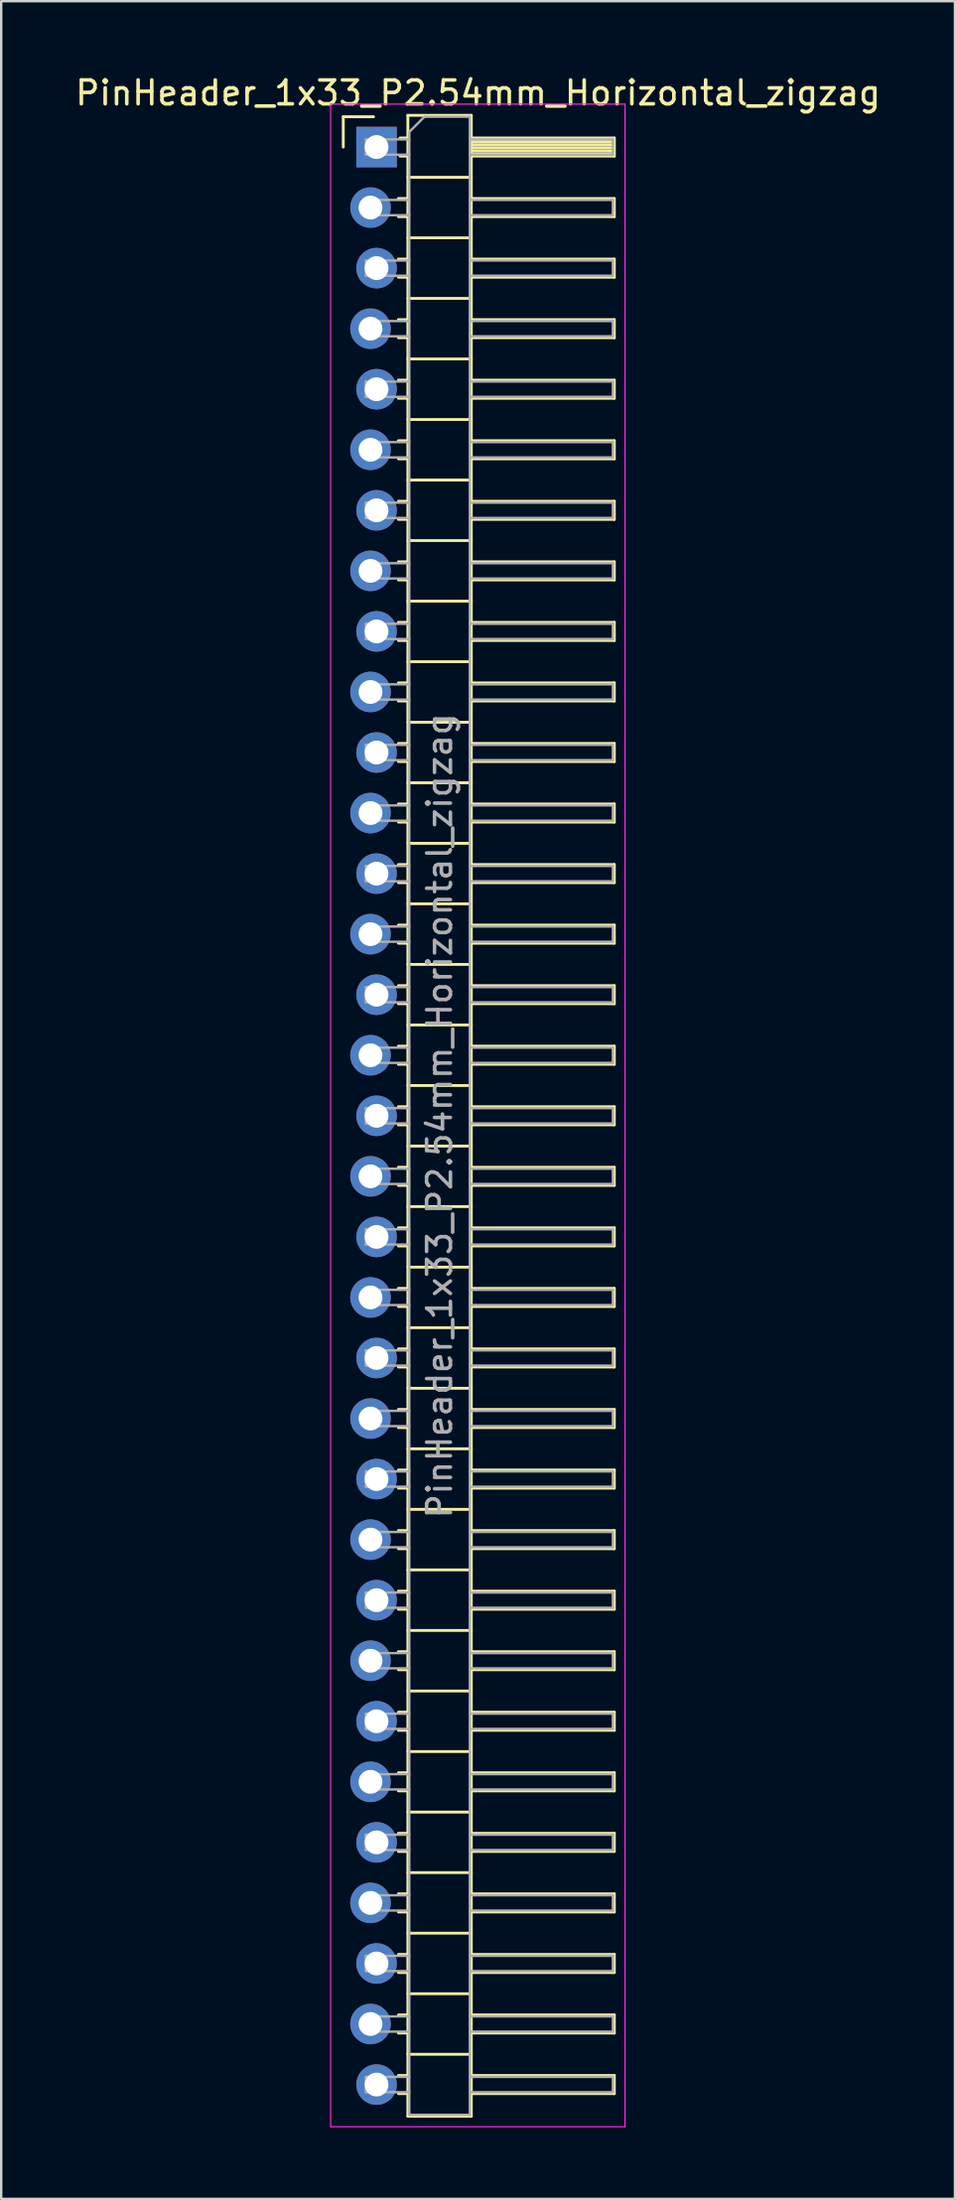
<source format=kicad_pcb>
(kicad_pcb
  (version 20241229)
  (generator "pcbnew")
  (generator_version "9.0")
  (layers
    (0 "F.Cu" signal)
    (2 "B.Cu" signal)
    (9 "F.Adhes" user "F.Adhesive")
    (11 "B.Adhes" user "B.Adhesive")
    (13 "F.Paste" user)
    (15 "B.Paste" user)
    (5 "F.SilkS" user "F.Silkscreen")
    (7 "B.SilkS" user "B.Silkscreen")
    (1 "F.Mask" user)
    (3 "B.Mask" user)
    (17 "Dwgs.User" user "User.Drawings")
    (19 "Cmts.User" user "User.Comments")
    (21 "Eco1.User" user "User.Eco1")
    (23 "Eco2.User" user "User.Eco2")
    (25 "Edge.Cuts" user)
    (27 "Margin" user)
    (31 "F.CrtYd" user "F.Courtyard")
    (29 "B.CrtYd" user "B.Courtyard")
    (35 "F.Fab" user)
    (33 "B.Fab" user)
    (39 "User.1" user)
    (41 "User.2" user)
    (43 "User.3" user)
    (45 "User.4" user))
  (footprint "PinHeader_1x33_P2.54mm_Horizontal_zigzag"
    (layer "F.Cu")
    (at 12.621 3.118)
    (property "Reference" "PinHeader_1x33_P2.54mm_Horizontal_zigzag" (at 4.385 -2.27 0) (layer "F.SilkS") (effects (font (size 1 1) (thickness 0.15))))
    (attr through_hole)
    (fp_line (start -1.27 -1.27) (end 0 -1.27) (stroke (width 0.12) (type solid)) (layer "F.SilkS"))
    (fp_line (start -1.27 0) (end -1.27 -1.27) (stroke (width 0.12) (type solid)) (layer "F.SilkS"))
    (fp_line (start 1.043 2.16) (end 1.44 2.16) (stroke (width 0.12) (type solid)) (layer "F.SilkS"))
    (fp_line (start 1.043 2.92) (end 1.44 2.92) (stroke (width 0.12) (type solid)) (layer "F.SilkS"))
    (fp_line (start 1.043 4.7) (end 1.44 4.7) (stroke (width 0.12) (type solid)) (layer "F.SilkS"))
    (fp_line (start 1.043 5.46) (end 1.44 5.46) (stroke (width 0.12) (type solid)) (layer "F.SilkS"))
    (fp_line (start 1.043 7.24) (end 1.44 7.24) (stroke (width 0.12) (type solid)) (layer "F.SilkS"))
    (fp_line (start 1.043 8) (end 1.44 8) (stroke (width 0.12) (type solid)) (layer "F.SilkS"))
    (fp_line (start 1.043 9.78) (end 1.44 9.78) (stroke (width 0.12) (type solid)) (layer "F.SilkS"))
    (fp_line (start 1.043 10.54) (end 1.44 10.54) (stroke (width 0.12) (type solid)) (layer "F.SilkS"))
    (fp_line (start 1.043 12.32) (end 1.44 12.32) (stroke (width 0.12) (type solid)) (layer "F.SilkS"))
    (fp_line (start 1.043 13.08) (end 1.44 13.08) (stroke (width 0.12) (type solid)) (layer "F.SilkS"))
    (fp_line (start 1.043 14.86) (end 1.44 14.86) (stroke (width 0.12) (type solid)) (layer "F.SilkS"))
    (fp_line (start 1.043 15.62) (end 1.44 15.62) (stroke (width 0.12) (type solid)) (layer "F.SilkS"))
    (fp_line (start 1.043 17.4) (end 1.44 17.4) (stroke (width 0.12) (type solid)) (layer "F.SilkS"))
    (fp_line (start 1.043 18.16) (end 1.44 18.16) (stroke (width 0.12) (type solid)) (layer "F.SilkS"))
    (fp_line (start 1.043 19.94) (end 1.44 19.94) (stroke (width 0.12) (type solid)) (layer "F.SilkS"))
    (fp_line (start 1.043 20.7) (end 1.44 20.7) (stroke (width 0.12) (type solid)) (layer "F.SilkS"))
    (fp_line (start 1.043 22.48) (end 1.44 22.48) (stroke (width 0.12) (type solid)) (layer "F.SilkS"))
    (fp_line (start 1.043 23.24) (end 1.44 23.24) (stroke (width 0.12) (type solid)) (layer "F.SilkS"))
    (fp_line (start 1.043 25.02) (end 1.44 25.02) (stroke (width 0.12) (type solid)) (layer "F.SilkS"))
    (fp_line (start 1.043 25.78) (end 1.44 25.78) (stroke (width 0.12) (type solid)) (layer "F.SilkS"))
    (fp_line (start 1.043 27.56) (end 1.44 27.56) (stroke (width 0.12) (type solid)) (layer "F.SilkS"))
    (fp_line (start 1.043 28.32) (end 1.44 28.32) (stroke (width 0.12) (type solid)) (layer "F.SilkS"))
    (fp_line (start 1.043 30.1) (end 1.44 30.1) (stroke (width 0.12) (type solid)) (layer "F.SilkS"))
    (fp_line (start 1.043 30.86) (end 1.44 30.86) (stroke (width 0.12) (type solid)) (layer "F.SilkS"))
    (fp_line (start 1.043 32.64) (end 1.44 32.64) (stroke (width 0.12) (type solid)) (layer "F.SilkS"))
    (fp_line (start 1.043 33.4) (end 1.44 33.4) (stroke (width 0.12) (type solid)) (layer "F.SilkS"))
    (fp_line (start 1.043 35.18) (end 1.44 35.18) (stroke (width 0.12) (type solid)) (layer "F.SilkS"))
    (fp_line (start 1.043 35.94) (end 1.44 35.94) (stroke (width 0.12) (type solid)) (layer "F.SilkS"))
    (fp_line (start 1.043 37.72) (end 1.44 37.72) (stroke (width 0.12) (type solid)) (layer "F.SilkS"))
    (fp_line (start 1.043 38.48) (end 1.44 38.48) (stroke (width 0.12) (type solid)) (layer "F.SilkS"))
    (fp_line (start 1.043 40.26) (end 1.44 40.26) (stroke (width 0.12) (type solid)) (layer "F.SilkS"))
    (fp_line (start 1.043 41.02) (end 1.44 41.02) (stroke (width 0.12) (type solid)) (layer "F.SilkS"))
    (fp_line (start 1.043 42.8) (end 1.44 42.8) (stroke (width 0.12) (type solid)) (layer "F.SilkS"))
    (fp_line (start 1.043 43.56) (end 1.44 43.56) (stroke (width 0.12) (type solid)) (layer "F.SilkS"))
    (fp_line (start 1.043 45.34) (end 1.44 45.34) (stroke (width 0.12) (type solid)) (layer "F.SilkS"))
    (fp_line (start 1.043 46.1) (end 1.44 46.1) (stroke (width 0.12) (type solid)) (layer "F.SilkS"))
    (fp_line (start 1.043 47.88) (end 1.44 47.88) (stroke (width 0.12) (type solid)) (layer "F.SilkS"))
    (fp_line (start 1.043 48.64) (end 1.44 48.64) (stroke (width 0.12) (type solid)) (layer "F.SilkS"))
    (fp_line (start 1.043 50.42) (end 1.44 50.42) (stroke (width 0.12) (type solid)) (layer "F.SilkS"))
    (fp_line (start 1.043 51.18) (end 1.44 51.18) (stroke (width 0.12) (type solid)) (layer "F.SilkS"))
    (fp_line (start 1.043 52.96) (end 1.44 52.96) (stroke (width 0.12) (type solid)) (layer "F.SilkS"))
    (fp_line (start 1.043 53.72) (end 1.44 53.72) (stroke (width 0.12) (type solid)) (layer "F.SilkS"))
    (fp_line (start 1.043 55.5) (end 1.44 55.5) (stroke (width 0.12) (type solid)) (layer "F.SilkS"))
    (fp_line (start 1.043 56.26) (end 1.44 56.26) (stroke (width 0.12) (type solid)) (layer "F.SilkS"))
    (fp_line (start 1.043 58.04) (end 1.44 58.04) (stroke (width 0.12) (type solid)) (layer "F.SilkS"))
    (fp_line (start 1.043 58.8) (end 1.44 58.8) (stroke (width 0.12) (type solid)) (layer "F.SilkS"))
    (fp_line (start 1.043 60.58) (end 1.44 60.58) (stroke (width 0.12) (type solid)) (layer "F.SilkS"))
    (fp_line (start 1.043 61.34) (end 1.44 61.34) (stroke (width 0.12) (type solid)) (layer "F.SilkS"))
    (fp_line (start 1.043 63.12) (end 1.44 63.12) (stroke (width 0.12) (type solid)) (layer "F.SilkS"))
    (fp_line (start 1.043 63.88) (end 1.44 63.88) (stroke (width 0.12) (type solid)) (layer "F.SilkS"))
    (fp_line (start 1.043 65.66) (end 1.44 65.66) (stroke (width 0.12) (type solid)) (layer "F.SilkS"))
    (fp_line (start 1.043 66.42) (end 1.44 66.42) (stroke (width 0.12) (type solid)) (layer "F.SilkS"))
    (fp_line (start 1.043 68.2) (end 1.44 68.2) (stroke (width 0.12) (type solid)) (layer "F.SilkS"))
    (fp_line (start 1.043 68.96) (end 1.44 68.96) (stroke (width 0.12) (type solid)) (layer "F.SilkS"))
    (fp_line (start 1.043 70.74) (end 1.44 70.74) (stroke (width 0.12) (type solid)) (layer "F.SilkS"))
    (fp_line (start 1.043 71.5) (end 1.44 71.5) (stroke (width 0.12) (type solid)) (layer "F.SilkS"))
    (fp_line (start 1.043 73.28) (end 1.44 73.28) (stroke (width 0.12) (type solid)) (layer "F.SilkS"))
    (fp_line (start 1.043 74.04) (end 1.44 74.04) (stroke (width 0.12) (type solid)) (layer "F.SilkS"))
    (fp_line (start 1.043 75.82) (end 1.44 75.82) (stroke (width 0.12) (type solid)) (layer "F.SilkS"))
    (fp_line (start 1.043 76.58) (end 1.44 76.58) (stroke (width 0.12) (type solid)) (layer "F.SilkS"))
    (fp_line (start 1.043 78.36) (end 1.44 78.36) (stroke (width 0.12) (type solid)) (layer "F.SilkS"))
    (fp_line (start 1.043 79.12) (end 1.44 79.12) (stroke (width 0.12) (type solid)) (layer "F.SilkS"))
    (fp_line (start 1.043 80.9) (end 1.44 80.9) (stroke (width 0.12) (type solid)) (layer "F.SilkS"))
    (fp_line (start 1.043 81.66) (end 1.44 81.66) (stroke (width 0.12) (type solid)) (layer "F.SilkS"))
    (fp_line (start 1.11 -0.38) (end 1.44 -0.38) (stroke (width 0.12) (type solid)) (layer "F.SilkS"))
    (fp_line (start 1.11 0.38) (end 1.44 0.38) (stroke (width 0.12) (type solid)) (layer "F.SilkS"))
    (fp_line (start 1.44 -1.33) (end 1.44 82.61) (stroke (width 0.12) (type solid)) (layer "F.SilkS"))
    (fp_line (start 1.44 1.27) (end 4.1 1.27) (stroke (width 0.12) (type solid)) (layer "F.SilkS"))
    (fp_line (start 1.44 3.81) (end 4.1 3.81) (stroke (width 0.12) (type solid)) (layer "F.SilkS"))
    (fp_line (start 1.44 6.35) (end 4.1 6.35) (stroke (width 0.12) (type solid)) (layer "F.SilkS"))
    (fp_line (start 1.44 8.89) (end 4.1 8.89) (stroke (width 0.12) (type solid)) (layer "F.SilkS"))
    (fp_line (start 1.44 11.43) (end 4.1 11.43) (stroke (width 0.12) (type solid)) (layer "F.SilkS"))
    (fp_line (start 1.44 13.97) (end 4.1 13.97) (stroke (width 0.12) (type solid)) (layer "F.SilkS"))
    (fp_line (start 1.44 16.51) (end 4.1 16.51) (stroke (width 0.12) (type solid)) (layer "F.SilkS"))
    (fp_line (start 1.44 19.05) (end 4.1 19.05) (stroke (width 0.12) (type solid)) (layer "F.SilkS"))
    (fp_line (start 1.44 21.59) (end 4.1 21.59) (stroke (width 0.12) (type solid)) (layer "F.SilkS"))
    (fp_line (start 1.44 24.13) (end 4.1 24.13) (stroke (width 0.12) (type solid)) (layer "F.SilkS"))
    (fp_line (start 1.44 26.67) (end 4.1 26.67) (stroke (width 0.12) (type solid)) (layer "F.SilkS"))
    (fp_line (start 1.44 29.21) (end 4.1 29.21) (stroke (width 0.12) (type solid)) (layer "F.SilkS"))
    (fp_line (start 1.44 31.75) (end 4.1 31.75) (stroke (width 0.12) (type solid)) (layer "F.SilkS"))
    (fp_line (start 1.44 34.29) (end 4.1 34.29) (stroke (width 0.12) (type solid)) (layer "F.SilkS"))
    (fp_line (start 1.44 36.83) (end 4.1 36.83) (stroke (width 0.12) (type solid)) (layer "F.SilkS"))
    (fp_line (start 1.44 39.37) (end 4.1 39.37) (stroke (width 0.12) (type solid)) (layer "F.SilkS"))
    (fp_line (start 1.44 41.91) (end 4.1 41.91) (stroke (width 0.12) (type solid)) (layer "F.SilkS"))
    (fp_line (start 1.44 44.45) (end 4.1 44.45) (stroke (width 0.12) (type solid)) (layer "F.SilkS"))
    (fp_line (start 1.44 46.99) (end 4.1 46.99) (stroke (width 0.12) (type solid)) (layer "F.SilkS"))
    (fp_line (start 1.44 49.53) (end 4.1 49.53) (stroke (width 0.12) (type solid)) (layer "F.SilkS"))
    (fp_line (start 1.44 52.07) (end 4.1 52.07) (stroke (width 0.12) (type solid)) (layer "F.SilkS"))
    (fp_line (start 1.44 54.61) (end 4.1 54.61) (stroke (width 0.12) (type solid)) (layer "F.SilkS"))
    (fp_line (start 1.44 57.15) (end 4.1 57.15) (stroke (width 0.12) (type solid)) (layer "F.SilkS"))
    (fp_line (start 1.44 59.69) (end 4.1 59.69) (stroke (width 0.12) (type solid)) (layer "F.SilkS"))
    (fp_line (start 1.44 62.23) (end 4.1 62.23) (stroke (width 0.12) (type solid)) (layer "F.SilkS"))
    (fp_line (start 1.44 64.77) (end 4.1 64.77) (stroke (width 0.12) (type solid)) (layer "F.SilkS"))
    (fp_line (start 1.44 67.31) (end 4.1 67.31) (stroke (width 0.12) (type solid)) (layer "F.SilkS"))
    (fp_line (start 1.44 69.85) (end 4.1 69.85) (stroke (width 0.12) (type solid)) (layer "F.SilkS"))
    (fp_line (start 1.44 72.39) (end 4.1 72.39) (stroke (width 0.12) (type solid)) (layer "F.SilkS"))
    (fp_line (start 1.44 74.93) (end 4.1 74.93) (stroke (width 0.12) (type solid)) (layer "F.SilkS"))
    (fp_line (start 1.44 77.47) (end 4.1 77.47) (stroke (width 0.12) (type solid)) (layer "F.SilkS"))
    (fp_line (start 1.44 80.01) (end 4.1 80.01) (stroke (width 0.12) (type solid)) (layer "F.SilkS"))
    (fp_line (start 1.44 82.61) (end 4.1 82.61) (stroke (width 0.12) (type solid)) (layer "F.SilkS"))
    (fp_line (start 4.1 -1.33) (end 1.44 -1.33) (stroke (width 0.12) (type solid)) (layer "F.SilkS"))
    (fp_line (start 4.1 -0.38) (end 10.1 -0.38) (stroke (width 0.12) (type solid)) (layer "F.SilkS"))
    (fp_line (start 4.1 -0.32) (end 10.1 -0.32) (stroke (width 0.12) (type solid)) (layer "F.SilkS"))
    (fp_line (start 4.1 -0.2) (end 10.1 -0.2) (stroke (width 0.12) (type solid)) (layer "F.SilkS"))
    (fp_line (start 4.1 -0.08) (end 10.1 -0.08) (stroke (width 0.12) (type solid)) (layer "F.SilkS"))
    (fp_line (start 4.1 0.04) (end 10.1 0.04) (stroke (width 0.12) (type solid)) (layer "F.SilkS"))
    (fp_line (start 4.1 0.16) (end 10.1 0.16) (stroke (width 0.12) (type solid)) (layer "F.SilkS"))
    (fp_line (start 4.1 0.28) (end 10.1 0.28) (stroke (width 0.12) (type solid)) (layer "F.SilkS"))
    (fp_line (start 4.1 2.16) (end 10.1 2.16) (stroke (width 0.12) (type solid)) (layer "F.SilkS"))
    (fp_line (start 4.1 4.7) (end 10.1 4.7) (stroke (width 0.12) (type solid)) (layer "F.SilkS"))
    (fp_line (start 4.1 7.24) (end 10.1 7.24) (stroke (width 0.12) (type solid)) (layer "F.SilkS"))
    (fp_line (start 4.1 9.78) (end 10.1 9.78) (stroke (width 0.12) (type solid)) (layer "F.SilkS"))
    (fp_line (start 4.1 12.32) (end 10.1 12.32) (stroke (width 0.12) (type solid)) (layer "F.SilkS"))
    (fp_line (start 4.1 14.86) (end 10.1 14.86) (stroke (width 0.12) (type solid)) (layer "F.SilkS"))
    (fp_line (start 4.1 17.4) (end 10.1 17.4) (stroke (width 0.12) (type solid)) (layer "F.SilkS"))
    (fp_line (start 4.1 19.94) (end 10.1 19.94) (stroke (width 0.12) (type solid)) (layer "F.SilkS"))
    (fp_line (start 4.1 22.48) (end 10.1 22.48) (stroke (width 0.12) (type solid)) (layer "F.SilkS"))
    (fp_line (start 4.1 25.02) (end 10.1 25.02) (stroke (width 0.12) (type solid)) (layer "F.SilkS"))
    (fp_line (start 4.1 27.56) (end 10.1 27.56) (stroke (width 0.12) (type solid)) (layer "F.SilkS"))
    (fp_line (start 4.1 30.1) (end 10.1 30.1) (stroke (width 0.12) (type solid)) (layer "F.SilkS"))
    (fp_line (start 4.1 32.64) (end 10.1 32.64) (stroke (width 0.12) (type solid)) (layer "F.SilkS"))
    (fp_line (start 4.1 35.18) (end 10.1 35.18) (stroke (width 0.12) (type solid)) (layer "F.SilkS"))
    (fp_line (start 4.1 37.72) (end 10.1 37.72) (stroke (width 0.12) (type solid)) (layer "F.SilkS"))
    (fp_line (start 4.1 40.26) (end 10.1 40.26) (stroke (width 0.12) (type solid)) (layer "F.SilkS"))
    (fp_line (start 4.1 42.8) (end 10.1 42.8) (stroke (width 0.12) (type solid)) (layer "F.SilkS"))
    (fp_line (start 4.1 45.34) (end 10.1 45.34) (stroke (width 0.12) (type solid)) (layer "F.SilkS"))
    (fp_line (start 4.1 47.88) (end 10.1 47.88) (stroke (width 0.12) (type solid)) (layer "F.SilkS"))
    (fp_line (start 4.1 50.42) (end 10.1 50.42) (stroke (width 0.12) (type solid)) (layer "F.SilkS"))
    (fp_line (start 4.1 52.96) (end 10.1 52.96) (stroke (width 0.12) (type solid)) (layer "F.SilkS"))
    (fp_line (start 4.1 55.5) (end 10.1 55.5) (stroke (width 0.12) (type solid)) (layer "F.SilkS"))
    (fp_line (start 4.1 58.04) (end 10.1 58.04) (stroke (width 0.12) (type solid)) (layer "F.SilkS"))
    (fp_line (start 4.1 60.58) (end 10.1 60.58) (stroke (width 0.12) (type solid)) (layer "F.SilkS"))
    (fp_line (start 4.1 63.12) (end 10.1 63.12) (stroke (width 0.12) (type solid)) (layer "F.SilkS"))
    (fp_line (start 4.1 65.66) (end 10.1 65.66) (stroke (width 0.12) (type solid)) (layer "F.SilkS"))
    (fp_line (start 4.1 68.2) (end 10.1 68.2) (stroke (width 0.12) (type solid)) (layer "F.SilkS"))
    (fp_line (start 4.1 70.74) (end 10.1 70.74) (stroke (width 0.12) (type solid)) (layer "F.SilkS"))
    (fp_line (start 4.1 73.28) (end 10.1 73.28) (stroke (width 0.12) (type solid)) (layer "F.SilkS"))
    (fp_line (start 4.1 75.82) (end 10.1 75.82) (stroke (width 0.12) (type solid)) (layer "F.SilkS"))
    (fp_line (start 4.1 78.36) (end 10.1 78.36) (stroke (width 0.12) (type solid)) (layer "F.SilkS"))
    (fp_line (start 4.1 80.9) (end 10.1 80.9) (stroke (width 0.12) (type solid)) (layer "F.SilkS"))
    (fp_line (start 4.1 82.61) (end 4.1 -1.33) (stroke (width 0.12) (type solid)) (layer "F.SilkS"))
    (fp_line (start 10.1 -0.38) (end 10.1 0.38) (stroke (width 0.12) (type solid)) (layer "F.SilkS"))
    (fp_line (start 10.1 0.38) (end 4.1 0.38) (stroke (width 0.12) (type solid)) (layer "F.SilkS"))
    (fp_line (start 10.1 2.16) (end 10.1 2.92) (stroke (width 0.12) (type solid)) (layer "F.SilkS"))
    (fp_line (start 10.1 2.92) (end 4.1 2.92) (stroke (width 0.12) (type solid)) (layer "F.SilkS"))
    (fp_line (start 10.1 4.7) (end 10.1 5.46) (stroke (width 0.12) (type solid)) (layer "F.SilkS"))
    (fp_line (start 10.1 5.46) (end 4.1 5.46) (stroke (width 0.12) (type solid)) (layer "F.SilkS"))
    (fp_line (start 10.1 7.24) (end 10.1 8) (stroke (width 0.12) (type solid)) (layer "F.SilkS"))
    (fp_line (start 10.1 8) (end 4.1 8) (stroke (width 0.12) (type solid)) (layer "F.SilkS"))
    (fp_line (start 10.1 9.78) (end 10.1 10.54) (stroke (width 0.12) (type solid)) (layer "F.SilkS"))
    (fp_line (start 10.1 10.54) (end 4.1 10.54) (stroke (width 0.12) (type solid)) (layer "F.SilkS"))
    (fp_line (start 10.1 12.32) (end 10.1 13.08) (stroke (width 0.12) (type solid)) (layer "F.SilkS"))
    (fp_line (start 10.1 13.08) (end 4.1 13.08) (stroke (width 0.12) (type solid)) (layer "F.SilkS"))
    (fp_line (start 10.1 14.86) (end 10.1 15.62) (stroke (width 0.12) (type solid)) (layer "F.SilkS"))
    (fp_line (start 10.1 15.62) (end 4.1 15.62) (stroke (width 0.12) (type solid)) (layer "F.SilkS"))
    (fp_line (start 10.1 17.4) (end 10.1 18.16) (stroke (width 0.12) (type solid)) (layer "F.SilkS"))
    (fp_line (start 10.1 18.16) (end 4.1 18.16) (stroke (width 0.12) (type solid)) (layer "F.SilkS"))
    (fp_line (start 10.1 19.94) (end 10.1 20.7) (stroke (width 0.12) (type solid)) (layer "F.SilkS"))
    (fp_line (start 10.1 20.7) (end 4.1 20.7) (stroke (width 0.12) (type solid)) (layer "F.SilkS"))
    (fp_line (start 10.1 22.48) (end 10.1 23.24) (stroke (width 0.12) (type solid)) (layer "F.SilkS"))
    (fp_line (start 10.1 23.24) (end 4.1 23.24) (stroke (width 0.12) (type solid)) (layer "F.SilkS"))
    (fp_line (start 10.1 25.02) (end 10.1 25.78) (stroke (width 0.12) (type solid)) (layer "F.SilkS"))
    (fp_line (start 10.1 25.78) (end 4.1 25.78) (stroke (width 0.12) (type solid)) (layer "F.SilkS"))
    (fp_line (start 10.1 27.56) (end 10.1 28.32) (stroke (width 0.12) (type solid)) (layer "F.SilkS"))
    (fp_line (start 10.1 28.32) (end 4.1 28.32) (stroke (width 0.12) (type solid)) (layer "F.SilkS"))
    (fp_line (start 10.1 30.1) (end 10.1 30.86) (stroke (width 0.12) (type solid)) (layer "F.SilkS"))
    (fp_line (start 10.1 30.86) (end 4.1 30.86) (stroke (width 0.12) (type solid)) (layer "F.SilkS"))
    (fp_line (start 10.1 32.64) (end 10.1 33.4) (stroke (width 0.12) (type solid)) (layer "F.SilkS"))
    (fp_line (start 10.1 33.4) (end 4.1 33.4) (stroke (width 0.12) (type solid)) (layer "F.SilkS"))
    (fp_line (start 10.1 35.18) (end 10.1 35.94) (stroke (width 0.12) (type solid)) (layer "F.SilkS"))
    (fp_line (start 10.1 35.94) (end 4.1 35.94) (stroke (width 0.12) (type solid)) (layer "F.SilkS"))
    (fp_line (start 10.1 37.72) (end 10.1 38.48) (stroke (width 0.12) (type solid)) (layer "F.SilkS"))
    (fp_line (start 10.1 38.48) (end 4.1 38.48) (stroke (width 0.12) (type solid)) (layer "F.SilkS"))
    (fp_line (start 10.1 40.26) (end 10.1 41.02) (stroke (width 0.12) (type solid)) (layer "F.SilkS"))
    (fp_line (start 10.1 41.02) (end 4.1 41.02) (stroke (width 0.12) (type solid)) (layer "F.SilkS"))
    (fp_line (start 10.1 42.8) (end 10.1 43.56) (stroke (width 0.12) (type solid)) (layer "F.SilkS"))
    (fp_line (start 10.1 43.56) (end 4.1 43.56) (stroke (width 0.12) (type solid)) (layer "F.SilkS"))
    (fp_line (start 10.1 45.34) (end 10.1 46.1) (stroke (width 0.12) (type solid)) (layer "F.SilkS"))
    (fp_line (start 10.1 46.1) (end 4.1 46.1) (stroke (width 0.12) (type solid)) (layer "F.SilkS"))
    (fp_line (start 10.1 47.88) (end 10.1 48.64) (stroke (width 0.12) (type solid)) (layer "F.SilkS"))
    (fp_line (start 10.1 48.64) (end 4.1 48.64) (stroke (width 0.12) (type solid)) (layer "F.SilkS"))
    (fp_line (start 10.1 50.42) (end 10.1 51.18) (stroke (width 0.12) (type solid)) (layer "F.SilkS"))
    (fp_line (start 10.1 51.18) (end 4.1 51.18) (stroke (width 0.12) (type solid)) (layer "F.SilkS"))
    (fp_line (start 10.1 52.96) (end 10.1 53.72) (stroke (width 0.12) (type solid)) (layer "F.SilkS"))
    (fp_line (start 10.1 53.72) (end 4.1 53.72) (stroke (width 0.12) (type solid)) (layer "F.SilkS"))
    (fp_line (start 10.1 55.5) (end 10.1 56.26) (stroke (width 0.12) (type solid)) (layer "F.SilkS"))
    (fp_line (start 10.1 56.26) (end 4.1 56.26) (stroke (width 0.12) (type solid)) (layer "F.SilkS"))
    (fp_line (start 10.1 58.04) (end 10.1 58.8) (stroke (width 0.12) (type solid)) (layer "F.SilkS"))
    (fp_line (start 10.1 58.8) (end 4.1 58.8) (stroke (width 0.12) (type solid)) (layer "F.SilkS"))
    (fp_line (start 10.1 60.58) (end 10.1 61.34) (stroke (width 0.12) (type solid)) (layer "F.SilkS"))
    (fp_line (start 10.1 61.34) (end 4.1 61.34) (stroke (width 0.12) (type solid)) (layer "F.SilkS"))
    (fp_line (start 10.1 63.12) (end 10.1 63.88) (stroke (width 0.12) (type solid)) (layer "F.SilkS"))
    (fp_line (start 10.1 63.88) (end 4.1 63.88) (stroke (width 0.12) (type solid)) (layer "F.SilkS"))
    (fp_line (start 10.1 65.66) (end 10.1 66.42) (stroke (width 0.12) (type solid)) (layer "F.SilkS"))
    (fp_line (start 10.1 66.42) (end 4.1 66.42) (stroke (width 0.12) (type solid)) (layer "F.SilkS"))
    (fp_line (start 10.1 68.2) (end 10.1 68.96) (stroke (width 0.12) (type solid)) (layer "F.SilkS"))
    (fp_line (start 10.1 68.96) (end 4.1 68.96) (stroke (width 0.12) (type solid)) (layer "F.SilkS"))
    (fp_line (start 10.1 70.74) (end 10.1 71.5) (stroke (width 0.12) (type solid)) (layer "F.SilkS"))
    (fp_line (start 10.1 71.5) (end 4.1 71.5) (stroke (width 0.12) (type solid)) (layer "F.SilkS"))
    (fp_line (start 10.1 73.28) (end 10.1 74.04) (stroke (width 0.12) (type solid)) (layer "F.SilkS"))
    (fp_line (start 10.1 74.04) (end 4.1 74.04) (stroke (width 0.12) (type solid)) (layer "F.SilkS"))
    (fp_line (start 10.1 75.82) (end 10.1 76.58) (stroke (width 0.12) (type solid)) (layer "F.SilkS"))
    (fp_line (start 10.1 76.58) (end 4.1 76.58) (stroke (width 0.12) (type solid)) (layer "F.SilkS"))
    (fp_line (start 10.1 78.36) (end 10.1 79.12) (stroke (width 0.12) (type solid)) (layer "F.SilkS"))
    (fp_line (start 10.1 79.12) (end 4.1 79.12) (stroke (width 0.12) (type solid)) (layer "F.SilkS"))
    (fp_line (start 10.1 80.9) (end 10.1 81.66) (stroke (width 0.12) (type solid)) (layer "F.SilkS"))
    (fp_line (start 10.1 81.66) (end 4.1 81.66) (stroke (width 0.12) (type solid)) (layer "F.SilkS"))
    (fp_line (start -1.8 -1.8) (end -1.8 83.05) (stroke (width 0.05) (type solid)) (layer "F.CrtYd"))
    (fp_line (start -1.8 83.05) (end 10.55 83.05) (stroke (width 0.05) (type solid)) (layer "F.CrtYd"))
    (fp_line (start 10.55 -1.8) (end -1.8 -1.8) (stroke (width 0.05) (type solid)) (layer "F.CrtYd"))
    (fp_line (start 10.55 83.05) (end 10.55 -1.8) (stroke (width 0.05) (type solid)) (layer "F.CrtYd"))
    (fp_line (start -0.32 -0.32) (end -0.32 0.32) (stroke (width 0.1) (type solid)) (layer "F.Fab"))
    (fp_line (start -0.32 -0.32) (end 1.5 -0.32) (stroke (width 0.1) (type solid)) (layer "F.Fab"))
    (fp_line (start -0.32 0.32) (end 1.5 0.32) (stroke (width 0.1) (type solid)) (layer "F.Fab"))
    (fp_line (start -0.32 2.22) (end -0.32 2.86) (stroke (width 0.1) (type solid)) (layer "F.Fab"))
    (fp_line (start -0.32 2.22) (end 1.5 2.22) (stroke (width 0.1) (type solid)) (layer "F.Fab"))
    (fp_line (start -0.32 2.86) (end 1.5 2.86) (stroke (width 0.1) (type solid)) (layer "F.Fab"))
    (fp_line (start -0.32 4.76) (end -0.32 5.4) (stroke (width 0.1) (type solid)) (layer "F.Fab"))
    (fp_line (start -0.32 4.76) (end 1.5 4.76) (stroke (width 0.1) (type solid)) (layer "F.Fab"))
    (fp_line (start -0.32 5.4) (end 1.5 5.4) (stroke (width 0.1) (type solid)) (layer "F.Fab"))
    (fp_line (start -0.32 7.3) (end -0.32 7.94) (stroke (width 0.1) (type solid)) (layer "F.Fab"))
    (fp_line (start -0.32 7.3) (end 1.5 7.3) (stroke (width 0.1) (type solid)) (layer "F.Fab"))
    (fp_line (start -0.32 7.94) (end 1.5 7.94) (stroke (width 0.1) (type solid)) (layer "F.Fab"))
    (fp_line (start -0.32 9.84) (end -0.32 10.48) (stroke (width 0.1) (type solid)) (layer "F.Fab"))
    (fp_line (start -0.32 9.84) (end 1.5 9.84) (stroke (width 0.1) (type solid)) (layer "F.Fab"))
    (fp_line (start -0.32 10.48) (end 1.5 10.48) (stroke (width 0.1) (type solid)) (layer "F.Fab"))
    (fp_line (start -0.32 12.38) (end -0.32 13.02) (stroke (width 0.1) (type solid)) (layer "F.Fab"))
    (fp_line (start -0.32 12.38) (end 1.5 12.38) (stroke (width 0.1) (type solid)) (layer "F.Fab"))
    (fp_line (start -0.32 13.02) (end 1.5 13.02) (stroke (width 0.1) (type solid)) (layer "F.Fab"))
    (fp_line (start -0.32 14.92) (end -0.32 15.56) (stroke (width 0.1) (type solid)) (layer "F.Fab"))
    (fp_line (start -0.32 14.92) (end 1.5 14.92) (stroke (width 0.1) (type solid)) (layer "F.Fab"))
    (fp_line (start -0.32 15.56) (end 1.5 15.56) (stroke (width 0.1) (type solid)) (layer "F.Fab"))
    (fp_line (start -0.32 17.46) (end -0.32 18.1) (stroke (width 0.1) (type solid)) (layer "F.Fab"))
    (fp_line (start -0.32 17.46) (end 1.5 17.46) (stroke (width 0.1) (type solid)) (layer "F.Fab"))
    (fp_line (start -0.32 18.1) (end 1.5 18.1) (stroke (width 0.1) (type solid)) (layer "F.Fab"))
    (fp_line (start -0.32 20) (end -0.32 20.64) (stroke (width 0.1) (type solid)) (layer "F.Fab"))
    (fp_line (start -0.32 20) (end 1.5 20) (stroke (width 0.1) (type solid)) (layer "F.Fab"))
    (fp_line (start -0.32 20.64) (end 1.5 20.64) (stroke (width 0.1) (type solid)) (layer "F.Fab"))
    (fp_line (start -0.32 22.54) (end -0.32 23.18) (stroke (width 0.1) (type solid)) (layer "F.Fab"))
    (fp_line (start -0.32 22.54) (end 1.5 22.54) (stroke (width 0.1) (type solid)) (layer "F.Fab"))
    (fp_line (start -0.32 23.18) (end 1.5 23.18) (stroke (width 0.1) (type solid)) (layer "F.Fab"))
    (fp_line (start -0.32 25.08) (end -0.32 25.72) (stroke (width 0.1) (type solid)) (layer "F.Fab"))
    (fp_line (start -0.32 25.08) (end 1.5 25.08) (stroke (width 0.1) (type solid)) (layer "F.Fab"))
    (fp_line (start -0.32 25.72) (end 1.5 25.72) (stroke (width 0.1) (type solid)) (layer "F.Fab"))
    (fp_line (start -0.32 27.62) (end -0.32 28.26) (stroke (width 0.1) (type solid)) (layer "F.Fab"))
    (fp_line (start -0.32 27.62) (end 1.5 27.62) (stroke (width 0.1) (type solid)) (layer "F.Fab"))
    (fp_line (start -0.32 28.26) (end 1.5 28.26) (stroke (width 0.1) (type solid)) (layer "F.Fab"))
    (fp_line (start -0.32 30.16) (end -0.32 30.8) (stroke (width 0.1) (type solid)) (layer "F.Fab"))
    (fp_line (start -0.32 30.16) (end 1.5 30.16) (stroke (width 0.1) (type solid)) (layer "F.Fab"))
    (fp_line (start -0.32 30.8) (end 1.5 30.8) (stroke (width 0.1) (type solid)) (layer "F.Fab"))
    (fp_line (start -0.32 32.7) (end -0.32 33.34) (stroke (width 0.1) (type solid)) (layer "F.Fab"))
    (fp_line (start -0.32 32.7) (end 1.5 32.7) (stroke (width 0.1) (type solid)) (layer "F.Fab"))
    (fp_line (start -0.32 33.34) (end 1.5 33.34) (stroke (width 0.1) (type solid)) (layer "F.Fab"))
    (fp_line (start -0.32 35.24) (end -0.32 35.88) (stroke (width 0.1) (type solid)) (layer "F.Fab"))
    (fp_line (start -0.32 35.24) (end 1.5 35.24) (stroke (width 0.1) (type solid)) (layer "F.Fab"))
    (fp_line (start -0.32 35.88) (end 1.5 35.88) (stroke (width 0.1) (type solid)) (layer "F.Fab"))
    (fp_line (start -0.32 37.78) (end -0.32 38.42) (stroke (width 0.1) (type solid)) (layer "F.Fab"))
    (fp_line (start -0.32 37.78) (end 1.5 37.78) (stroke (width 0.1) (type solid)) (layer "F.Fab"))
    (fp_line (start -0.32 38.42) (end 1.5 38.42) (stroke (width 0.1) (type solid)) (layer "F.Fab"))
    (fp_line (start -0.32 40.32) (end -0.32 40.96) (stroke (width 0.1) (type solid)) (layer "F.Fab"))
    (fp_line (start -0.32 40.32) (end 1.5 40.32) (stroke (width 0.1) (type solid)) (layer "F.Fab"))
    (fp_line (start -0.32 40.96) (end 1.5 40.96) (stroke (width 0.1) (type solid)) (layer "F.Fab"))
    (fp_line (start -0.32 42.86) (end -0.32 43.5) (stroke (width 0.1) (type solid)) (layer "F.Fab"))
    (fp_line (start -0.32 42.86) (end 1.5 42.86) (stroke (width 0.1) (type solid)) (layer "F.Fab"))
    (fp_line (start -0.32 43.5) (end 1.5 43.5) (stroke (width 0.1) (type solid)) (layer "F.Fab"))
    (fp_line (start -0.32 45.4) (end -0.32 46.04) (stroke (width 0.1) (type solid)) (layer "F.Fab"))
    (fp_line (start -0.32 45.4) (end 1.5 45.4) (stroke (width 0.1) (type solid)) (layer "F.Fab"))
    (fp_line (start -0.32 46.04) (end 1.5 46.04) (stroke (width 0.1) (type solid)) (layer "F.Fab"))
    (fp_line (start -0.32 47.94) (end -0.32 48.58) (stroke (width 0.1) (type solid)) (layer "F.Fab"))
    (fp_line (start -0.32 47.94) (end 1.5 47.94) (stroke (width 0.1) (type solid)) (layer "F.Fab"))
    (fp_line (start -0.32 48.58) (end 1.5 48.58) (stroke (width 0.1) (type solid)) (layer "F.Fab"))
    (fp_line (start -0.32 50.48) (end -0.32 51.12) (stroke (width 0.1) (type solid)) (layer "F.Fab"))
    (fp_line (start -0.32 50.48) (end 1.5 50.48) (stroke (width 0.1) (type solid)) (layer "F.Fab"))
    (fp_line (start -0.32 51.12) (end 1.5 51.12) (stroke (width 0.1) (type solid)) (layer "F.Fab"))
    (fp_line (start -0.32 53.02) (end -0.32 53.66) (stroke (width 0.1) (type solid)) (layer "F.Fab"))
    (fp_line (start -0.32 53.02) (end 1.5 53.02) (stroke (width 0.1) (type solid)) (layer "F.Fab"))
    (fp_line (start -0.32 53.66) (end 1.5 53.66) (stroke (width 0.1) (type solid)) (layer "F.Fab"))
    (fp_line (start -0.32 55.56) (end -0.32 56.2) (stroke (width 0.1) (type solid)) (layer "F.Fab"))
    (fp_line (start -0.32 55.56) (end 1.5 55.56) (stroke (width 0.1) (type solid)) (layer "F.Fab"))
    (fp_line (start -0.32 56.2) (end 1.5 56.2) (stroke (width 0.1) (type solid)) (layer "F.Fab"))
    (fp_line (start -0.32 58.1) (end -0.32 58.74) (stroke (width 0.1) (type solid)) (layer "F.Fab"))
    (fp_line (start -0.32 58.1) (end 1.5 58.1) (stroke (width 0.1) (type solid)) (layer "F.Fab"))
    (fp_line (start -0.32 58.74) (end 1.5 58.74) (stroke (width 0.1) (type solid)) (layer "F.Fab"))
    (fp_line (start -0.32 60.64) (end -0.32 61.28) (stroke (width 0.1) (type solid)) (layer "F.Fab"))
    (fp_line (start -0.32 60.64) (end 1.5 60.64) (stroke (width 0.1) (type solid)) (layer "F.Fab"))
    (fp_line (start -0.32 61.28) (end 1.5 61.28) (stroke (width 0.1) (type solid)) (layer "F.Fab"))
    (fp_line (start -0.32 63.18) (end -0.32 63.82) (stroke (width 0.1) (type solid)) (layer "F.Fab"))
    (fp_line (start -0.32 63.18) (end 1.5 63.18) (stroke (width 0.1) (type solid)) (layer "F.Fab"))
    (fp_line (start -0.32 63.82) (end 1.5 63.82) (stroke (width 0.1) (type solid)) (layer "F.Fab"))
    (fp_line (start -0.32 65.72) (end -0.32 66.36) (stroke (width 0.1) (type solid)) (layer "F.Fab"))
    (fp_line (start -0.32 65.72) (end 1.5 65.72) (stroke (width 0.1) (type solid)) (layer "F.Fab"))
    (fp_line (start -0.32 66.36) (end 1.5 66.36) (stroke (width 0.1) (type solid)) (layer "F.Fab"))
    (fp_line (start -0.32 68.26) (end -0.32 68.9) (stroke (width 0.1) (type solid)) (layer "F.Fab"))
    (fp_line (start -0.32 68.26) (end 1.5 68.26) (stroke (width 0.1) (type solid)) (layer "F.Fab"))
    (fp_line (start -0.32 68.9) (end 1.5 68.9) (stroke (width 0.1) (type solid)) (layer "F.Fab"))
    (fp_line (start -0.32 70.8) (end -0.32 71.44) (stroke (width 0.1) (type solid)) (layer "F.Fab"))
    (fp_line (start -0.32 70.8) (end 1.5 70.8) (stroke (width 0.1) (type solid)) (layer "F.Fab"))
    (fp_line (start -0.32 71.44) (end 1.5 71.44) (stroke (width 0.1) (type solid)) (layer "F.Fab"))
    (fp_line (start -0.32 73.34) (end -0.32 73.98) (stroke (width 0.1) (type solid)) (layer "F.Fab"))
    (fp_line (start -0.32 73.34) (end 1.5 73.34) (stroke (width 0.1) (type solid)) (layer "F.Fab"))
    (fp_line (start -0.32 73.98) (end 1.5 73.98) (stroke (width 0.1) (type solid)) (layer "F.Fab"))
    (fp_line (start -0.32 75.88) (end -0.32 76.52) (stroke (width 0.1) (type solid)) (layer "F.Fab"))
    (fp_line (start -0.32 75.88) (end 1.5 75.88) (stroke (width 0.1) (type solid)) (layer "F.Fab"))
    (fp_line (start -0.32 76.52) (end 1.5 76.52) (stroke (width 0.1) (type solid)) (layer "F.Fab"))
    (fp_line (start -0.32 78.42) (end -0.32 79.06) (stroke (width 0.1) (type solid)) (layer "F.Fab"))
    (fp_line (start -0.32 78.42) (end 1.5 78.42) (stroke (width 0.1) (type solid)) (layer "F.Fab"))
    (fp_line (start -0.32 79.06) (end 1.5 79.06) (stroke (width 0.1) (type solid)) (layer "F.Fab"))
    (fp_line (start -0.32 80.96) (end -0.32 81.6) (stroke (width 0.1) (type solid)) (layer "F.Fab"))
    (fp_line (start -0.32 80.96) (end 1.5 80.96) (stroke (width 0.1) (type solid)) (layer "F.Fab"))
    (fp_line (start -0.32 81.6) (end 1.5 81.6) (stroke (width 0.1) (type solid)) (layer "F.Fab"))
    (fp_line (start 1.5 -0.635) (end 2.135 -1.27) (stroke (width 0.1) (type solid)) (layer "F.Fab"))
    (fp_line (start 1.5 82.55) (end 1.5 -0.635) (stroke (width 0.1) (type solid)) (layer "F.Fab"))
    (fp_line (start 2.135 -1.27) (end 4.04 -1.27) (stroke (width 0.1) (type solid)) (layer "F.Fab"))
    (fp_line (start 4.04 -1.27) (end 4.04 82.55) (stroke (width 0.1) (type solid)) (layer "F.Fab"))
    (fp_line (start 4.04 -0.32) (end 10.04 -0.32) (stroke (width 0.1) (type solid)) (layer "F.Fab"))
    (fp_line (start 4.04 0.32) (end 10.04 0.32) (stroke (width 0.1) (type solid)) (layer "F.Fab"))
    (fp_line (start 4.04 2.22) (end 10.04 2.22) (stroke (width 0.1) (type solid)) (layer "F.Fab"))
    (fp_line (start 4.04 2.86) (end 10.04 2.86) (stroke (width 0.1) (type solid)) (layer "F.Fab"))
    (fp_line (start 4.04 4.76) (end 10.04 4.76) (stroke (width 0.1) (type solid)) (layer "F.Fab"))
    (fp_line (start 4.04 5.4) (end 10.04 5.4) (stroke (width 0.1) (type solid)) (layer "F.Fab"))
    (fp_line (start 4.04 7.3) (end 10.04 7.3) (stroke (width 0.1) (type solid)) (layer "F.Fab"))
    (fp_line (start 4.04 7.94) (end 10.04 7.94) (stroke (width 0.1) (type solid)) (layer "F.Fab"))
    (fp_line (start 4.04 9.84) (end 10.04 9.84) (stroke (width 0.1) (type solid)) (layer "F.Fab"))
    (fp_line (start 4.04 10.48) (end 10.04 10.48) (stroke (width 0.1) (type solid)) (layer "F.Fab"))
    (fp_line (start 4.04 12.38) (end 10.04 12.38) (stroke (width 0.1) (type solid)) (layer "F.Fab"))
    (fp_line (start 4.04 13.02) (end 10.04 13.02) (stroke (width 0.1) (type solid)) (layer "F.Fab"))
    (fp_line (start 4.04 14.92) (end 10.04 14.92) (stroke (width 0.1) (type solid)) (layer "F.Fab"))
    (fp_line (start 4.04 15.56) (end 10.04 15.56) (stroke (width 0.1) (type solid)) (layer "F.Fab"))
    (fp_line (start 4.04 17.46) (end 10.04 17.46) (stroke (width 0.1) (type solid)) (layer "F.Fab"))
    (fp_line (start 4.04 18.1) (end 10.04 18.1) (stroke (width 0.1) (type solid)) (layer "F.Fab"))
    (fp_line (start 4.04 20) (end 10.04 20) (stroke (width 0.1) (type solid)) (layer "F.Fab"))
    (fp_line (start 4.04 20.64) (end 10.04 20.64) (stroke (width 0.1) (type solid)) (layer "F.Fab"))
    (fp_line (start 4.04 22.54) (end 10.04 22.54) (stroke (width 0.1) (type solid)) (layer "F.Fab"))
    (fp_line (start 4.04 23.18) (end 10.04 23.18) (stroke (width 0.1) (type solid)) (layer "F.Fab"))
    (fp_line (start 4.04 25.08) (end 10.04 25.08) (stroke (width 0.1) (type solid)) (layer "F.Fab"))
    (fp_line (start 4.04 25.72) (end 10.04 25.72) (stroke (width 0.1) (type solid)) (layer "F.Fab"))
    (fp_line (start 4.04 27.62) (end 10.04 27.62) (stroke (width 0.1) (type solid)) (layer "F.Fab"))
    (fp_line (start 4.04 28.26) (end 10.04 28.26) (stroke (width 0.1) (type solid)) (layer "F.Fab"))
    (fp_line (start 4.04 30.16) (end 10.04 30.16) (stroke (width 0.1) (type solid)) (layer "F.Fab"))
    (fp_line (start 4.04 30.8) (end 10.04 30.8) (stroke (width 0.1) (type solid)) (layer "F.Fab"))
    (fp_line (start 4.04 32.7) (end 10.04 32.7) (stroke (width 0.1) (type solid)) (layer "F.Fab"))
    (fp_line (start 4.04 33.34) (end 10.04 33.34) (stroke (width 0.1) (type solid)) (layer "F.Fab"))
    (fp_line (start 4.04 35.24) (end 10.04 35.24) (stroke (width 0.1) (type solid)) (layer "F.Fab"))
    (fp_line (start 4.04 35.88) (end 10.04 35.88) (stroke (width 0.1) (type solid)) (layer "F.Fab"))
    (fp_line (start 4.04 37.78) (end 10.04 37.78) (stroke (width 0.1) (type solid)) (layer "F.Fab"))
    (fp_line (start 4.04 38.42) (end 10.04 38.42) (stroke (width 0.1) (type solid)) (layer "F.Fab"))
    (fp_line (start 4.04 40.32) (end 10.04 40.32) (stroke (width 0.1) (type solid)) (layer "F.Fab"))
    (fp_line (start 4.04 40.96) (end 10.04 40.96) (stroke (width 0.1) (type solid)) (layer "F.Fab"))
    (fp_line (start 4.04 42.86) (end 10.04 42.86) (stroke (width 0.1) (type solid)) (layer "F.Fab"))
    (fp_line (start 4.04 43.5) (end 10.04 43.5) (stroke (width 0.1) (type solid)) (layer "F.Fab"))
    (fp_line (start 4.04 45.4) (end 10.04 45.4) (stroke (width 0.1) (type solid)) (layer "F.Fab"))
    (fp_line (start 4.04 46.04) (end 10.04 46.04) (stroke (width 0.1) (type solid)) (layer "F.Fab"))
    (fp_line (start 4.04 47.94) (end 10.04 47.94) (stroke (width 0.1) (type solid)) (layer "F.Fab"))
    (fp_line (start 4.04 48.58) (end 10.04 48.58) (stroke (width 0.1) (type solid)) (layer "F.Fab"))
    (fp_line (start 4.04 50.48) (end 10.04 50.48) (stroke (width 0.1) (type solid)) (layer "F.Fab"))
    (fp_line (start 4.04 51.12) (end 10.04 51.12) (stroke (width 0.1) (type solid)) (layer "F.Fab"))
    (fp_line (start 4.04 53.02) (end 10.04 53.02) (stroke (width 0.1) (type solid)) (layer "F.Fab"))
    (fp_line (start 4.04 53.66) (end 10.04 53.66) (stroke (width 0.1) (type solid)) (layer "F.Fab"))
    (fp_line (start 4.04 55.56) (end 10.04 55.56) (stroke (width 0.1) (type solid)) (layer "F.Fab"))
    (fp_line (start 4.04 56.2) (end 10.04 56.2) (stroke (width 0.1) (type solid)) (layer "F.Fab"))
    (fp_line (start 4.04 58.1) (end 10.04 58.1) (stroke (width 0.1) (type solid)) (layer "F.Fab"))
    (fp_line (start 4.04 58.74) (end 10.04 58.74) (stroke (width 0.1) (type solid)) (layer "F.Fab"))
    (fp_line (start 4.04 60.64) (end 10.04 60.64) (stroke (width 0.1) (type solid)) (layer "F.Fab"))
    (fp_line (start 4.04 61.28) (end 10.04 61.28) (stroke (width 0.1) (type solid)) (layer "F.Fab"))
    (fp_line (start 4.04 63.18) (end 10.04 63.18) (stroke (width 0.1) (type solid)) (layer "F.Fab"))
    (fp_line (start 4.04 63.82) (end 10.04 63.82) (stroke (width 0.1) (type solid)) (layer "F.Fab"))
    (fp_line (start 4.04 65.72) (end 10.04 65.72) (stroke (width 0.1) (type solid)) (layer "F.Fab"))
    (fp_line (start 4.04 66.36) (end 10.04 66.36) (stroke (width 0.1) (type solid)) (layer "F.Fab"))
    (fp_line (start 4.04 68.26) (end 10.04 68.26) (stroke (width 0.1) (type solid)) (layer "F.Fab"))
    (fp_line (start 4.04 68.9) (end 10.04 68.9) (stroke (width 0.1) (type solid)) (layer "F.Fab"))
    (fp_line (start 4.04 70.8) (end 10.04 70.8) (stroke (width 0.1) (type solid)) (layer "F.Fab"))
    (fp_line (start 4.04 71.44) (end 10.04 71.44) (stroke (width 0.1) (type solid)) (layer "F.Fab"))
    (fp_line (start 4.04 73.34) (end 10.04 73.34) (stroke (width 0.1) (type solid)) (layer "F.Fab"))
    (fp_line (start 4.04 73.98) (end 10.04 73.98) (stroke (width 0.1) (type solid)) (layer "F.Fab"))
    (fp_line (start 4.04 75.88) (end 10.04 75.88) (stroke (width 0.1) (type solid)) (layer "F.Fab"))
    (fp_line (start 4.04 76.52) (end 10.04 76.52) (stroke (width 0.1) (type solid)) (layer "F.Fab"))
    (fp_line (start 4.04 78.42) (end 10.04 78.42) (stroke (width 0.1) (type solid)) (layer "F.Fab"))
    (fp_line (start 4.04 79.06) (end 10.04 79.06) (stroke (width 0.1) (type solid)) (layer "F.Fab"))
    (fp_line (start 4.04 80.96) (end 10.04 80.96) (stroke (width 0.1) (type solid)) (layer "F.Fab"))
    (fp_line (start 4.04 81.6) (end 10.04 81.6) (stroke (width 0.1) (type solid)) (layer "F.Fab"))
    (fp_line (start 4.04 82.55) (end 1.5 82.55) (stroke (width 0.1) (type solid)) (layer "F.Fab"))
    (fp_line (start 10.04 -0.32) (end 10.04 0.32) (stroke (width 0.1) (type solid)) (layer "F.Fab"))
    (fp_line (start 10.04 2.22) (end 10.04 2.86) (stroke (width 0.1) (type solid)) (layer "F.Fab"))
    (fp_line (start 10.04 4.76) (end 10.04 5.4) (stroke (width 0.1) (type solid)) (layer "F.Fab"))
    (fp_line (start 10.04 7.3) (end 10.04 7.94) (stroke (width 0.1) (type solid)) (layer "F.Fab"))
    (fp_line (start 10.04 9.84) (end 10.04 10.48) (stroke (width 0.1) (type solid)) (layer "F.Fab"))
    (fp_line (start 10.04 12.38) (end 10.04 13.02) (stroke (width 0.1) (type solid)) (layer "F.Fab"))
    (fp_line (start 10.04 14.92) (end 10.04 15.56) (stroke (width 0.1) (type solid)) (layer "F.Fab"))
    (fp_line (start 10.04 17.46) (end 10.04 18.1) (stroke (width 0.1) (type solid)) (layer "F.Fab"))
    (fp_line (start 10.04 20) (end 10.04 20.64) (stroke (width 0.1) (type solid)) (layer "F.Fab"))
    (fp_line (start 10.04 22.54) (end 10.04 23.18) (stroke (width 0.1) (type solid)) (layer "F.Fab"))
    (fp_line (start 10.04 25.08) (end 10.04 25.72) (stroke (width 0.1) (type solid)) (layer "F.Fab"))
    (fp_line (start 10.04 27.62) (end 10.04 28.26) (stroke (width 0.1) (type solid)) (layer "F.Fab"))
    (fp_line (start 10.04 30.16) (end 10.04 30.8) (stroke (width 0.1) (type solid)) (layer "F.Fab"))
    (fp_line (start 10.04 32.7) (end 10.04 33.34) (stroke (width 0.1) (type solid)) (layer "F.Fab"))
    (fp_line (start 10.04 35.24) (end 10.04 35.88) (stroke (width 0.1) (type solid)) (layer "F.Fab"))
    (fp_line (start 10.04 37.78) (end 10.04 38.42) (stroke (width 0.1) (type solid)) (layer "F.Fab"))
    (fp_line (start 10.04 40.32) (end 10.04 40.96) (stroke (width 0.1) (type solid)) (layer "F.Fab"))
    (fp_line (start 10.04 42.86) (end 10.04 43.5) (stroke (width 0.1) (type solid)) (layer "F.Fab"))
    (fp_line (start 10.04 45.4) (end 10.04 46.04) (stroke (width 0.1) (type solid)) (layer "F.Fab"))
    (fp_line (start 10.04 47.94) (end 10.04 48.58) (stroke (width 0.1) (type solid)) (layer "F.Fab"))
    (fp_line (start 10.04 50.48) (end 10.04 51.12) (stroke (width 0.1) (type solid)) (layer "F.Fab"))
    (fp_line (start 10.04 53.02) (end 10.04 53.66) (stroke (width 0.1) (type solid)) (layer "F.Fab"))
    (fp_line (start 10.04 55.56) (end 10.04 56.2) (stroke (width 0.1) (type solid)) (layer "F.Fab"))
    (fp_line (start 10.04 58.1) (end 10.04 58.74) (stroke (width 0.1) (type solid)) (layer "F.Fab"))
    (fp_line (start 10.04 60.64) (end 10.04 61.28) (stroke (width 0.1) (type solid)) (layer "F.Fab"))
    (fp_line (start 10.04 63.18) (end 10.04 63.82) (stroke (width 0.1) (type solid)) (layer "F.Fab"))
    (fp_line (start 10.04 65.72) (end 10.04 66.36) (stroke (width 0.1) (type solid)) (layer "F.Fab"))
    (fp_line (start 10.04 68.26) (end 10.04 68.9) (stroke (width 0.1) (type solid)) (layer "F.Fab"))
    (fp_line (start 10.04 70.8) (end 10.04 71.44) (stroke (width 0.1) (type solid)) (layer "F.Fab"))
    (fp_line (start 10.04 73.34) (end 10.04 73.98) (stroke (width 0.1) (type solid)) (layer "F.Fab"))
    (fp_line (start 10.04 75.88) (end 10.04 76.52) (stroke (width 0.1) (type solid)) (layer "F.Fab"))
    (fp_line (start 10.04 78.42) (end 10.04 79.06) (stroke (width 0.1) (type solid)) (layer "F.Fab"))
    (fp_line (start 10.04 80.96) (end 10.04 81.6) (stroke (width 0.1) (type solid)) (layer "F.Fab"))
    (fp_text user "${REFERENCE}" (at 2.77 40.64 90) (layer "F.Fab") (effects (font (size 1 1) (thickness 0.15))))
    (pad "1" thru_hole rect (at 0.127 0) (size 1.7 1.7) (drill 1) (layers "*.Cu" "*.Mask"))
    (pad "2" thru_hole oval (at -0.127 2.54) (size 1.7 1.7) (drill 1) (layers "*.Cu" "*.Mask"))
    (pad "3" thru_hole oval (at 0.127 5.08) (size 1.7 1.7) (drill 1) (layers "*.Cu" "*.Mask"))
    (pad "4" thru_hole oval (at -0.127 7.62) (size 1.7 1.7) (drill 1) (layers "*.Cu" "*.Mask"))
    (pad "5" thru_hole oval (at 0.127 10.16) (size 1.7 1.7) (drill 1) (layers "*.Cu" "*.Mask"))
    (pad "6" thru_hole oval (at -0.127 12.7) (size 1.7 1.7) (drill 1) (layers "*.Cu" "*.Mask"))
    (pad "7" thru_hole oval (at 0.127 15.24) (size 1.7 1.7) (drill 1) (layers "*.Cu" "*.Mask"))
    (pad "8" thru_hole oval (at -0.127 17.78) (size 1.7 1.7) (drill 1) (layers "*.Cu" "*.Mask"))
    (pad "9" thru_hole oval (at 0.127 20.32) (size 1.7 1.7) (drill 1) (layers "*.Cu" "*.Mask"))
    (pad "10" thru_hole oval (at -0.127 22.86) (size 1.7 1.7) (drill 1) (layers "*.Cu" "*.Mask"))
    (pad "11" thru_hole oval (at 0.127 25.4) (size 1.7 1.7) (drill 1) (layers "*.Cu" "*.Mask"))
    (pad "12" thru_hole oval (at -0.127 27.94) (size 1.7 1.7) (drill 1) (layers "*.Cu" "*.Mask"))
    (pad "13" thru_hole oval (at 0.127 30.48) (size 1.7 1.7) (drill 1) (layers "*.Cu" "*.Mask"))
    (pad "14" thru_hole oval (at -0.127 33.02) (size 1.7 1.7) (drill 1) (layers "*.Cu" "*.Mask"))
    (pad "15" thru_hole oval (at 0.127 35.56) (size 1.7 1.7) (drill 1) (layers "*.Cu" "*.Mask"))
    (pad "16" thru_hole oval (at -0.127 38.1) (size 1.7 1.7) (drill 1) (layers "*.Cu" "*.Mask"))
    (pad "17" thru_hole oval (at 0.127 40.64) (size 1.7 1.7) (drill 1) (layers "*.Cu" "*.Mask"))
    (pad "18" thru_hole oval (at -0.127 43.18) (size 1.7 1.7) (drill 1) (layers "*.Cu" "*.Mask"))
    (pad "19" thru_hole oval (at 0.127 45.72) (size 1.7 1.7) (drill 1) (layers "*.Cu" "*.Mask"))
    (pad "20" thru_hole oval (at -0.127 48.26) (size 1.7 1.7) (drill 1) (layers "*.Cu" "*.Mask"))
    (pad "21" thru_hole oval (at 0.127 50.8) (size 1.7 1.7) (drill 1) (layers "*.Cu" "*.Mask"))
    (pad "22" thru_hole oval (at -0.127 53.34) (size 1.7 1.7) (drill 1) (layers "*.Cu" "*.Mask"))
    (pad "23" thru_hole oval (at 0.127 55.88) (size 1.7 1.7) (drill 1) (layers "*.Cu" "*.Mask"))
    (pad "24" thru_hole oval (at -0.127 58.42) (size 1.7 1.7) (drill 1) (layers "*.Cu" "*.Mask"))
    (pad "25" thru_hole oval (at 0.127 60.96) (size 1.7 1.7) (drill 1) (layers "*.Cu" "*.Mask"))
    (pad "26" thru_hole oval (at -0.127 63.5) (size 1.7 1.7) (drill 1) (layers "*.Cu" "*.Mask"))
    (pad "27" thru_hole oval (at 0.127 66.04) (size 1.7 1.7) (drill 1) (layers "*.Cu" "*.Mask"))
    (pad "28" thru_hole oval (at -0.127 68.58) (size 1.7 1.7) (drill 1) (layers "*.Cu" "*.Mask"))
    (pad "29" thru_hole oval (at 0.127 71.12) (size 1.7 1.7) (drill 1) (layers "*.Cu" "*.Mask"))
    (pad "30" thru_hole oval (at -0.127 73.66) (size 1.7 1.7) (drill 1) (layers "*.Cu" "*.Mask"))
    (pad "31" thru_hole oval (at 0.127 76.2) (size 1.7 1.7) (drill 1) (layers "*.Cu" "*.Mask"))
    (pad "32" thru_hole oval (at -0.127 78.74) (size 1.7 1.7) (drill 1) (layers "*.Cu" "*.Mask"))
    (pad "33" thru_hole oval (at 0.127 81.28) (size 1.7 1.7) (drill 1) (layers "*.Cu" "*.Mask")))
  (gr_rect
    (start -3 -3)
    (end 37.012 89.193)
    (stroke (width 0.1) (type default))
    (fill no)
    (layer "Edge.Cuts")))
</source>
